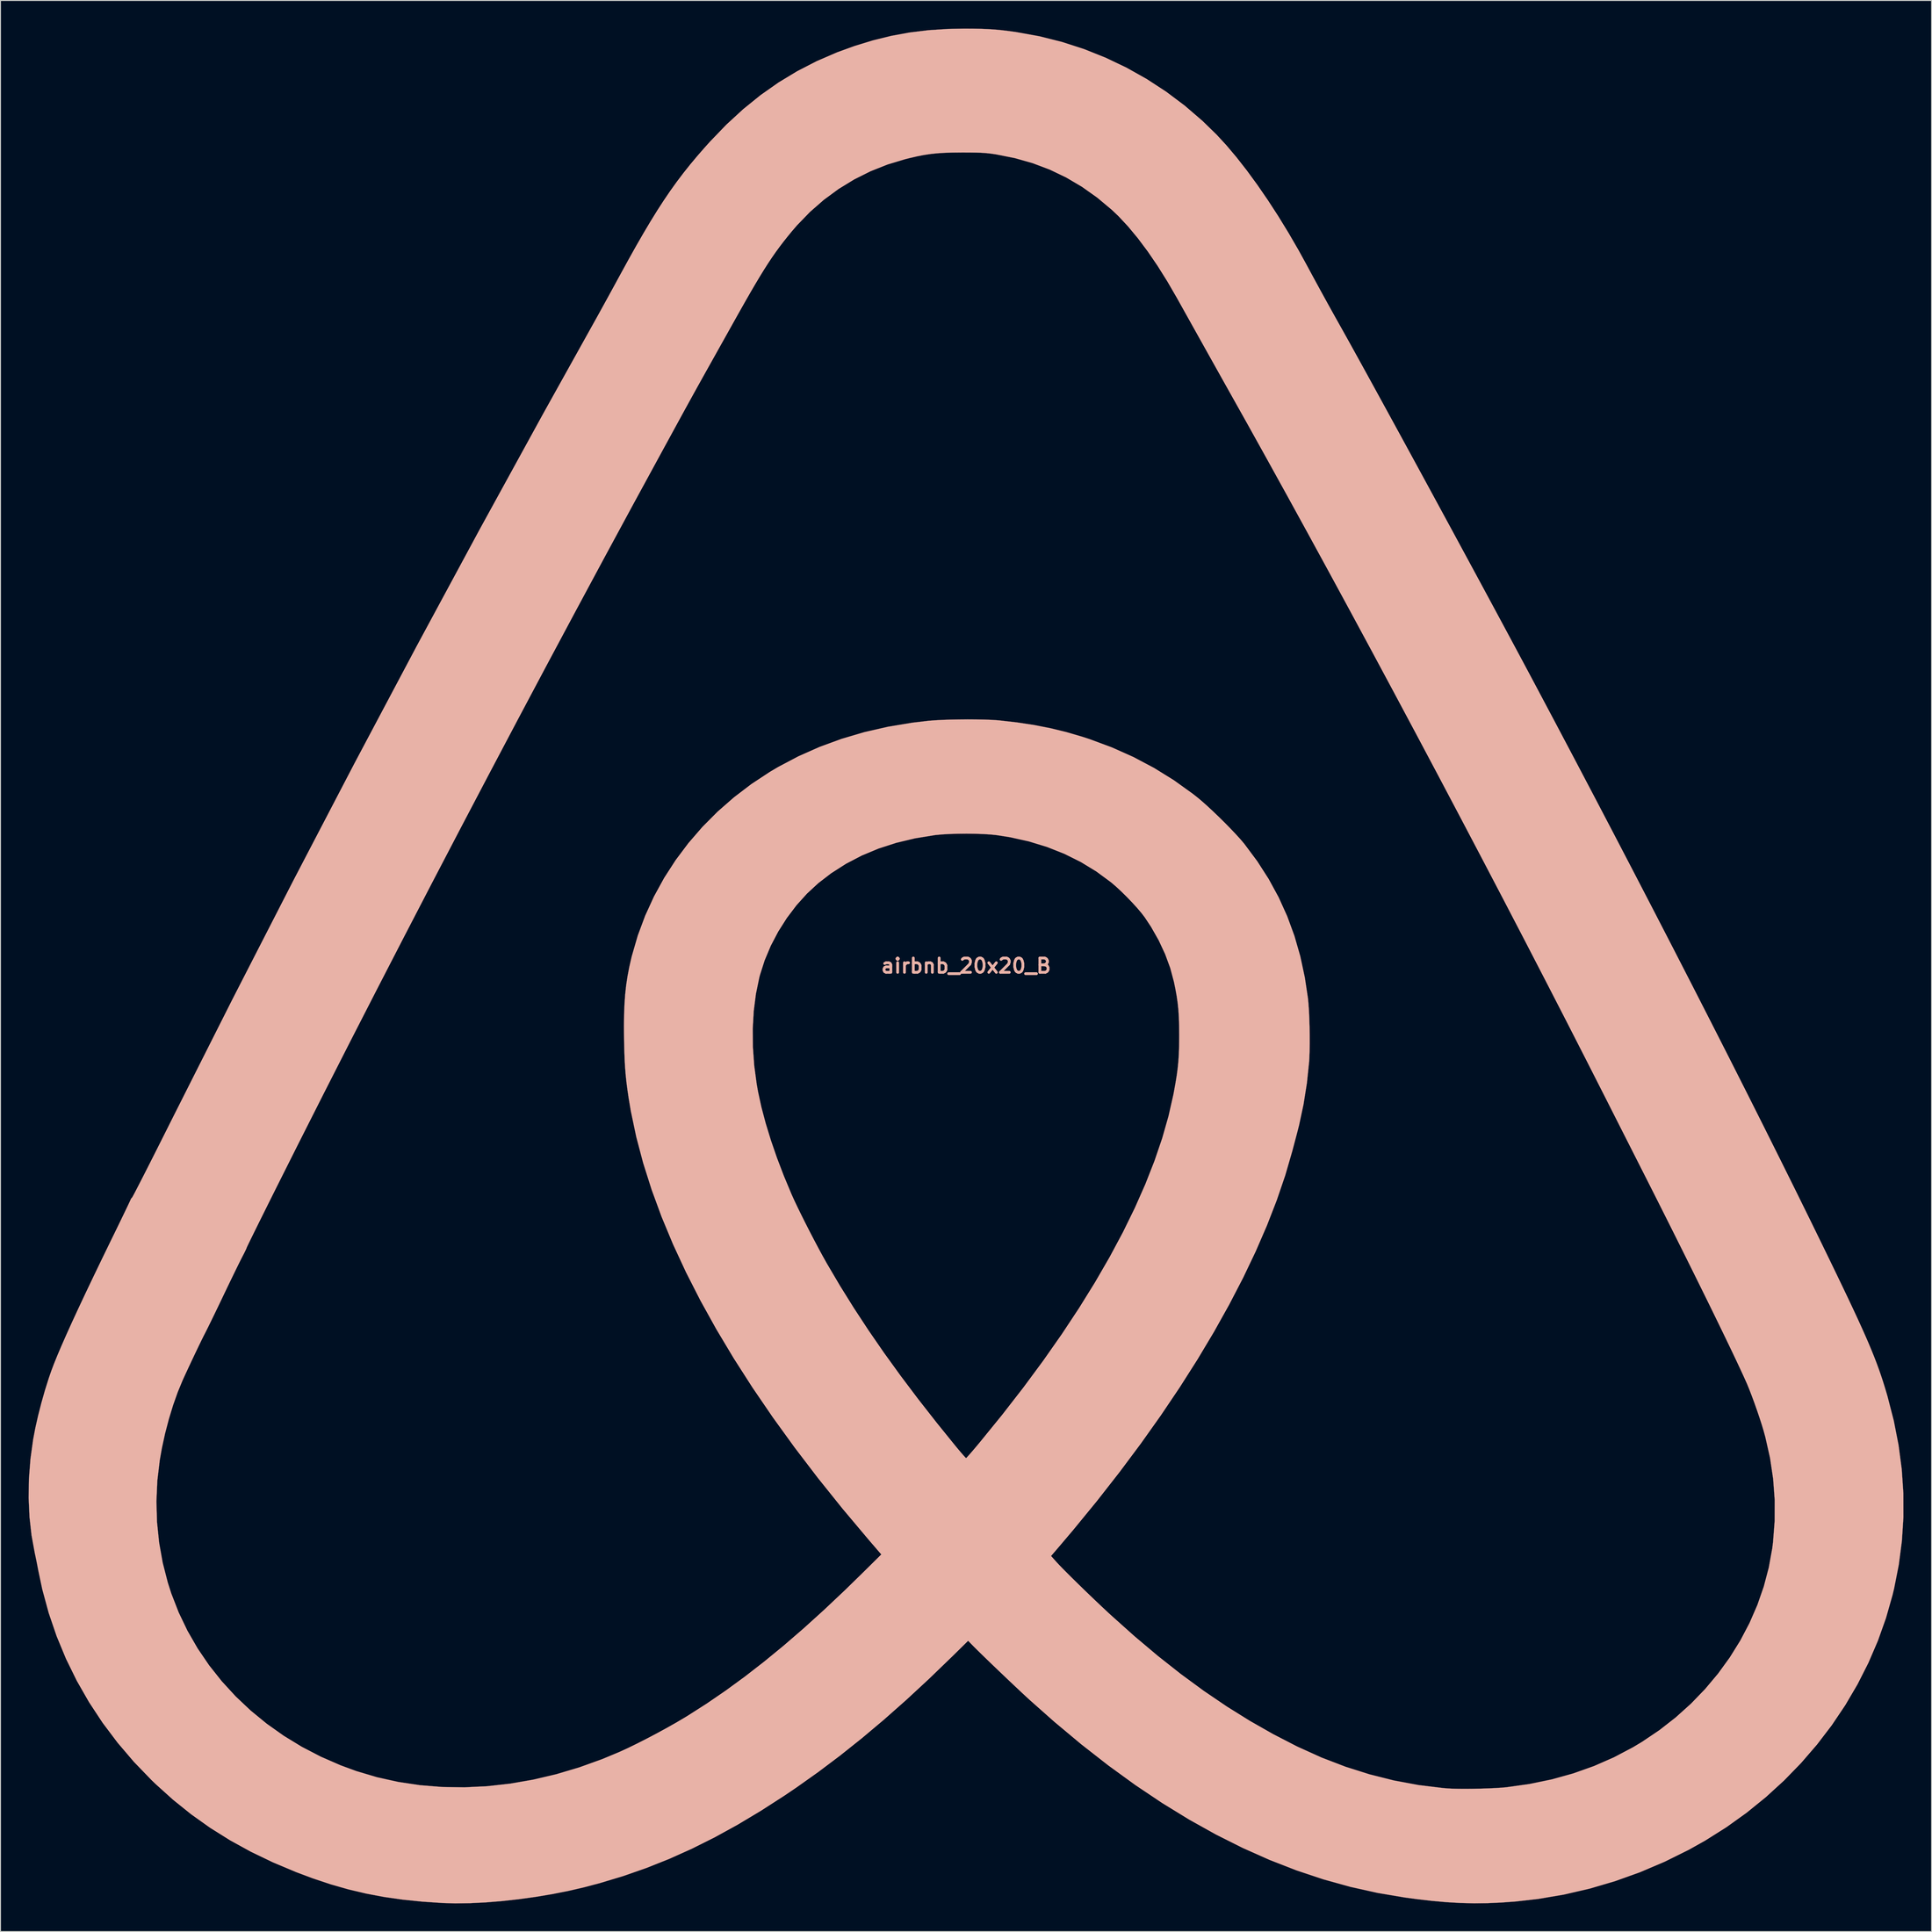
<source format=kicad_pcb>
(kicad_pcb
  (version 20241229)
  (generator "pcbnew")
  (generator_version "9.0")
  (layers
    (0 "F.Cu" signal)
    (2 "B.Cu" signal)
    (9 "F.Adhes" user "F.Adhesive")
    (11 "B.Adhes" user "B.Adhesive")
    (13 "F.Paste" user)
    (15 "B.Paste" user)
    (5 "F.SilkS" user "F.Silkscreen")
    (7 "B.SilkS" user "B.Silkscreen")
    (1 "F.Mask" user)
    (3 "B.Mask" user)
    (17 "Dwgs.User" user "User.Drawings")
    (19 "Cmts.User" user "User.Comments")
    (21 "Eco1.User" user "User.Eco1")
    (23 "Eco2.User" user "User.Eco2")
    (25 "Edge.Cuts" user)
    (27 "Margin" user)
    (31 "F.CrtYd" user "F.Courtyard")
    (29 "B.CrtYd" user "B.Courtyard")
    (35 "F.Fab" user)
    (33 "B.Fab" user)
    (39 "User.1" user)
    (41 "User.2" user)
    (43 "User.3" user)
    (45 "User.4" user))
  (footprint "airbnb_20x20_B"
    (layer "F.Cu")
    (at 99.964 99.943)
    (property "Reference" "airbnb_20x20_B" (at 0 0 0) (layer "B.SilkS") (effects (font (size 1.524 1.524) (thickness 0.3))))
    (attr through_hole)
    (fp_poly (pts (xy 0.76 -99.934) (xy 1.603 -99.918) (xy 2.359 -99.888) (xy 3.069 -99.841) (xy 3.775 -99.775) (xy 4.517 -99.687) (xy 5.336 -99.573) (xy 5.376 -99.567) (xy 7.822 -99.125) (xy 10.226 -98.521) (xy 12.58 -97.76) (xy 14.875 -96.844) (xy 17.105 -95.78) (xy 19.261 -94.569) (xy 21.334 -93.218) (xy 23.318 -91.729) (xy 25.204 -90.107) (xy 26.716 -88.635) (xy 27.759 -87.503) (xy 28.838 -86.224) (xy 29.942 -84.812) (xy 31.059 -83.284) (xy 32.18 -81.655) (xy 33.293 -79.941) (xy 34.387 -78.157) (xy 35.453 -76.319) (xy 36.24 -74.888) (xy 37.02 -73.445) (xy 37.802 -72.009) (xy 38.566 -70.62) (xy 39.29 -69.316) (xy 39.75 -68.495) (xy 40.203 -67.688) (xy 40.731 -66.741) (xy 41.327 -65.666) (xy 41.986 -64.472) (xy 42.704 -63.169) (xy 43.473 -61.769) (xy 44.289 -60.28) (xy 45.146 -58.714) (xy 46.039 -57.081) (xy 46.962 -55.39) (xy 47.909 -53.652) (xy 48.875 -51.877) (xy 49.854 -50.076) (xy 50.841 -48.258) (xy 51.831 -46.434) (xy 52.816 -44.614) (xy 53.793 -42.808) (xy 54.756 -41.027) (xy 55.698 -39.281) (xy 56.615 -37.58) (xy 57.501 -35.933) (xy 58.35 -34.353) (xy 59.157 -32.847) (xy 59.916 -31.428) (xy 60.602 -30.141) (xy 62.747 -26.101) (xy 64.891 -22.044) (xy 67.028 -17.982) (xy 69.152 -13.924) (xy 71.258 -9.882) (xy 73.34 -5.868) (xy 75.393 -1.891) (xy 77.41 2.035) (xy 79.386 5.902) (xy 81.316 9.697) (xy 83.193 13.409) (xy 85.012 17.028) (xy 86.767 20.543) (xy 88.454 23.942) (xy 90.065 27.214) (xy 91.268 29.676) (xy 92.065 31.314) (xy 92.79 32.812) (xy 93.448 34.18) (xy 94.044 35.428) (xy 94.581 36.567) (xy 95.065 37.607) (xy 95.5 38.56) (xy 95.891 39.435) (xy 96.242 40.243) (xy 96.557 40.995) (xy 96.842 41.701) (xy 97.101 42.372) (xy 97.338 43.018) (xy 97.558 43.65) (xy 97.765 44.278) (xy 97.964 44.913) (xy 98.16 45.566) (xy 98.254 45.889) (xy 98.93 48.506) (xy 99.438 51.104) (xy 99.779 53.685) (xy 99.951 56.249) (xy 99.956 58.801) (xy 99.793 61.341) (xy 99.462 63.873) (xy 98.964 66.396) (xy 98.795 67.098) (xy 98.094 69.559) (xy 97.235 71.97) (xy 96.223 74.323) (xy 95.063 76.612) (xy 93.76 78.831) (xy 92.32 80.973) (xy 90.747 83.032) (xy 89.047 85.002) (xy 87.226 86.875) (xy 85.287 88.645) (xy 83.237 90.307) (xy 81.08 91.853) (xy 78.823 93.276) (xy 77.06 94.263) (xy 74.489 95.536) (xy 71.865 96.652) (xy 69.196 97.608) (xy 66.489 98.404) (xy 63.75 99.037) (xy 60.988 99.505) (xy 58.589 99.775) (xy 57.06 99.886) (xy 55.592 99.951) (xy 54.153 99.966) (xy 52.71 99.931) (xy 51.229 99.845) (xy 49.677 99.707) (xy 48.022 99.515) (xy 46.778 99.347) (xy 43.878 98.858) (xy 40.99 98.214) (xy 38.111 97.414) (xy 35.239 96.457) (xy 32.373 95.341) (xy 29.509 94.066) (xy 26.648 92.631) (xy 23.785 91.034) (xy 20.92 89.275) (xy 18.05 87.352) (xy 15.174 85.264) (xy 12.289 83.011) (xy 9.393 80.591) (xy 6.794 78.286) (xy 6.375 77.9) (xy 5.872 77.432) (xy 5.307 76.901) (xy 4.698 76.326) (xy 4.065 75.725) (xy 3.428 75.117) (xy 2.807 74.522) (xy 2.221 73.956) (xy 1.689 73.441) (xy 1.232 72.993) (xy 0.869 72.632) (xy 0.725 72.486) (xy 0.222 71.971) (xy -1.519 73.685) (xy -3.982 76.062) (xy -6.393 78.294) (xy -8.764 80.39) (xy -11.108 82.361) (xy -13.437 84.218) (xy -15.765 85.97) (xy -18.103 87.628) (xy -19.358 88.478) (xy -21.89 90.108) (xy -24.369 91.591) (xy -26.811 92.934) (xy -29.234 94.144) (xy -31.652 95.23) (xy -34.083 96.198) (xy -36.542 97.057) (xy -39.046 97.812) (xy -40.713 98.254) (xy -42.382 98.641) (xy -44.124 98.985) (xy -45.91 99.284) (xy -47.709 99.533) (xy -49.495 99.73) (xy -51.238 99.871) (xy -52.909 99.953) (xy -54.48 99.974) (xy -55.795 99.936) (xy -58.005 99.786) (xy -60.085 99.573) (xy -62.068 99.289) (xy -63.983 98.927) (xy -65.861 98.483) (xy -67.733 97.948) (xy -69.629 97.317) (xy -71.416 96.648) (xy -73.904 95.602) (xy -76.255 94.471) (xy -78.482 93.246) (xy -80.6 91.919) (xy -82.623 90.479) (xy -84.564 88.919) (xy -86.438 87.23) (xy -86.857 86.826) (xy -88.735 84.879) (xy -90.472 82.842) (xy -92.068 80.721) (xy -93.518 78.519) (xy -94.821 76.242) (xy -95.974 73.895) (xy -96.974 71.481) (xy -97.819 69.007) (xy -98.506 66.476) (xy -98.929 64.474) (xy -99.025 63.971) (xy -99.129 63.442) (xy -99.23 62.955) (xy -99.304 62.611) (xy -99.648 60.735) (xy -99.867 58.77) (xy -99.942 57.106) (xy -86.336 57.106) (xy -86.272 59.311) (xy -86.048 61.499) (xy -85.664 63.656) (xy -85.121 65.77) (xy -84.749 66.929) (xy -83.959 68.958) (xy -83.02 70.914) (xy -81.937 72.793) (xy -80.716 74.588) (xy -79.363 76.293) (xy -77.884 77.904) (xy -76.285 79.414) (xy -74.572 80.817) (xy -72.751 82.108) (xy -70.827 83.282) (xy -68.807 84.331) (xy -66.697 85.252) (xy -65.024 85.866) (xy -62.814 86.524) (xy -60.547 87.026) (xy -58.231 87.372) (xy -55.873 87.563) (xy -53.48 87.599) (xy -51.06 87.48) (xy -48.62 87.208) (xy -46.166 86.783) (xy -43.707 86.205) (xy -41.249 85.474) (xy -38.8 84.593) (xy -36.949 83.821) (xy -36.075 83.42) (xy -35.098 82.944) (xy -34.055 82.414) (xy -32.984 81.85) (xy -31.922 81.271) (xy -30.907 80.697) (xy -29.977 80.148) (xy -29.676 79.964) (xy -27.655 78.673) (xy -25.633 77.289) (xy -23.6 75.805) (xy -21.548 74.213) (xy -19.466 72.506) (xy -17.346 70.676) (xy -15.178 68.715) (xy -12.951 66.615) (xy -11.185 64.892) (xy -9.034 62.766) (xy -10.38 61.201) (xy -13.166 57.888) (xy -15.797 54.609) (xy -18.274 51.364) (xy -20.596 48.154) (xy -22.763 44.981) (xy -24.773 41.845) (xy -26.627 38.748) (xy -28.323 35.69) (xy -29.861 32.673) (xy -31.241 29.698) (xy -32.462 26.765) (xy -33.523 23.877) (xy -34.425 21.033) (xy -35.165 18.235) (xy -35.744 15.484) (xy -35.977 14.097) (xy -36.107 13.212) (xy -36.212 12.395) (xy -36.294 11.61) (xy -36.358 10.816) (xy -36.405 9.976) (xy -36.439 9.051) (xy -36.463 8.003) (xy -36.466 7.789) (xy -36.475 6.702) (xy -22.747 6.702) (xy -22.73 8.65) (xy -22.589 10.631) (xy -22.322 12.624) (xy -22.181 13.422) (xy -21.827 15.051) (xy -21.367 16.785) (xy -20.81 18.601) (xy -20.163 20.478) (xy -19.432 22.392) (xy -18.625 24.323) (xy -18.58 24.426) (xy -18.302 25.039) (xy -17.955 25.769) (xy -17.555 26.586) (xy -17.117 27.461) (xy -16.657 28.364) (xy -16.188 29.264) (xy -15.728 30.133) (xy -15.29 30.94) (xy -14.89 31.655) (xy -14.835 31.752) (xy -13.443 34.114) (xy -11.972 36.475) (xy -10.414 38.85) (xy -8.759 41.25) (xy -6.997 43.689) (xy -5.12 46.181) (xy -3.118 48.738) (xy -1.159 51.16) (xy -0.825 51.563) (xy -0.525 51.917) (xy -0.277 52.202) (xy -0.098 52.4) (xy -0.004 52.49) (xy 0.003 52.493) (xy 0.074 52.431) (xy 0.236 52.255) (xy 0.476 51.983) (xy 0.779 51.632) (xy 1.128 51.219) (xy 1.461 50.821) (xy 3.855 47.878) (xy 6.114 44.97) (xy 8.235 42.1) (xy 10.218 39.269) (xy 12.061 36.482) (xy 13.762 33.739) (xy 15.32 31.045) (xy 16.735 28.401) (xy 18.003 25.811) (xy 19.124 23.276) (xy 20.097 20.799) (xy 20.92 18.383) (xy 21.591 16.031) (xy 22.109 13.745) (xy 22.173 13.408) (xy 22.342 12.468) (xy 22.475 11.645) (xy 22.574 10.893) (xy 22.645 10.167) (xy 22.692 9.421) (xy 22.719 8.612) (xy 22.729 7.693) (xy 22.73 7.366) (xy 22.722 6.373) (xy 22.696 5.506) (xy 22.648 4.723) (xy 22.572 3.981) (xy 22.466 3.238) (xy 22.324 2.451) (xy 22.171 1.708) (xy 21.778 0.236) (xy 21.231 -1.251) (xy 20.542 -2.729) (xy 19.722 -4.172) (xy 19.05 -5.184) (xy 18.699 -5.642) (xy 18.246 -6.176) (xy 17.72 -6.753) (xy 17.153 -7.343) (xy 16.573 -7.916) (xy 16.01 -8.439) (xy 15.495 -8.881) (xy 15.452 -8.917) (xy 13.895 -10.063) (xy 12.24 -11.072) (xy 10.489 -11.943) (xy 8.645 -12.674) (xy 6.711 -13.266) (xy 4.689 -13.716) (xy 3.26 -13.941) (xy 2.611 -14.007) (xy 1.835 -14.055) (xy 0.972 -14.084) (xy 0.062 -14.095) (xy -0.855 -14.087) (xy -1.737 -14.061) (xy -2.546 -14.016) (xy -3.239 -13.952) (xy -3.344 -13.939) (xy -5.44 -13.598) (xy -7.434 -13.121) (xy -9.327 -12.51) (xy -11.117 -11.764) (xy -12.805 -10.884) (xy -14.39 -9.87) (xy -15.758 -8.817) (xy -16.962 -7.704) (xy -18.084 -6.459) (xy -19.11 -5.102) (xy -20.027 -3.657) (xy -20.82 -2.146) (xy -21.475 -0.59) (xy -21.98 0.989) (xy -22.051 1.263) (xy -22.407 2.988) (xy -22.639 4.808) (xy -22.747 6.702) (xy -36.475 6.702) (xy -36.477 6.417) (xy -36.463 5.184) (xy -36.419 4.062) (xy -36.345 3.024) (xy -36.237 2.042) (xy -36.092 1.086) (xy -35.908 0.129) (xy -35.683 -0.857) (xy -35.633 -1.058) (xy -35.001 -3.233) (xy -34.213 -5.348) (xy -33.274 -7.398) (xy -32.189 -9.377) (xy -30.962 -11.277) (xy -29.599 -13.093) (xy -28.105 -14.819) (xy -26.485 -16.447) (xy -24.743 -17.971) (xy -22.885 -19.386) (xy -20.915 -20.684) (xy -20.031 -21.207) (xy -17.871 -22.346) (xy -15.617 -23.345) (xy -13.273 -24.204) (xy -10.841 -24.922) (xy -8.325 -25.496) (xy -5.73 -25.927) (xy -3.979 -26.132) (xy -3.327 -26.183) (xy -2.552 -26.224) (xy -1.69 -26.254) (xy -0.777 -26.272) (xy 0.153 -26.279) (xy 1.065 -26.275) (xy 1.924 -26.259) (xy 2.695 -26.23) (xy 3.343 -26.19) (xy 3.514 -26.175) (xy 5.455 -25.954) (xy 7.274 -25.678) (xy 9.01 -25.337) (xy 10.704 -24.924) (xy 12.396 -24.429) (xy 13.17 -24.177) (xy 15.561 -23.289) (xy 17.853 -22.265) (xy 20.05 -21.101) (xy 22.154 -19.798) (xy 24.168 -18.352) (xy 24.638 -17.984) (xy 25.129 -17.575) (xy 25.697 -17.07) (xy 26.316 -16.496) (xy 26.962 -15.877) (xy 27.607 -15.239) (xy 28.227 -14.607) (xy 28.795 -14.007) (xy 29.287 -13.464) (xy 29.675 -13.005) (xy 29.685 -12.991) (xy 31.055 -11.152) (xy 32.27 -9.26) (xy 33.333 -7.309) (xy 34.247 -5.29) (xy 35.015 -3.197) (xy 35.641 -1.022) (xy 36.126 1.243) (xy 36.455 3.429) (xy 36.515 4.042) (xy 36.565 4.786) (xy 36.603 5.622) (xy 36.63 6.513) (xy 36.645 7.421) (xy 36.646 8.306) (xy 36.633 9.132) (xy 36.606 9.859) (xy 36.584 10.218) (xy 36.348 12.495) (xy 35.988 14.769) (xy 35.514 16.984) (xy 35.333 17.695) (xy 35.194 18.223) (xy 35.042 18.796) (xy 34.897 19.345) (xy 34.784 19.77) (xy 34.035 22.347) (xy 33.133 24.99) (xy 32.083 27.693) (xy 30.886 30.452) (xy 29.545 33.263) (xy 28.062 36.121) (xy 26.441 39.022) (xy 24.685 41.961) (xy 22.794 44.933) (xy 20.773 47.935) (xy 18.624 50.962) (xy 16.35 54.008) (xy 13.953 57.071) (xy 11.435 60.145) (xy 9.964 61.882) (xy 9.065 62.93) (xy 9.627 63.558) (xy 9.904 63.857) (xy 10.288 64.254) (xy 10.762 64.732) (xy 11.306 65.274) (xy 11.906 65.864) (xy 12.541 66.483) (xy 13.196 67.115) (xy 13.853 67.743) (xy 14.494 68.35) (xy 15.102 68.919) (xy 15.448 69.238) (xy 17.964 71.489) (xy 20.449 73.582) (xy 22.912 75.525) (xy 25.363 77.323) (xy 27.811 78.984) (xy 30.265 80.514) (xy 32.736 81.92) (xy 35.232 83.209) (xy 35.385 83.283) (xy 37.907 84.424) (xy 40.459 85.403) (xy 43.036 86.219) (xy 45.632 86.871) (xy 48.242 87.357) (xy 50.861 87.675) (xy 51.35 87.716) (xy 51.865 87.743) (xy 52.512 87.758) (xy 53.255 87.762) (xy 54.055 87.756) (xy 54.878 87.739) (xy 55.685 87.713) (xy 56.44 87.679) (xy 57.106 87.637) (xy 57.616 87.592) (xy 60.079 87.246) (xy 62.457 86.755) (xy 64.75 86.117) (xy 66.96 85.332) (xy 69.086 84.401) (xy 71.13 83.323) (xy 72.099 82.742) (xy 73.942 81.5) (xy 75.678 80.145) (xy 77.302 78.684) (xy 78.808 77.125) (xy 80.191 75.477) (xy 81.445 73.748) (xy 82.566 71.946) (xy 83.547 70.079) (xy 84.384 68.156) (xy 85.07 66.185) (xy 85.601 64.174) (xy 85.971 62.131) (xy 86.055 61.468) (xy 86.228 59.203) (xy 86.233 56.948) (xy 86.068 54.704) (xy 85.735 52.467) (xy 85.232 50.238) (xy 85.048 49.569) (xy 84.852 48.919) (xy 84.612 48.179) (xy 84.345 47.391) (xy 84.063 46.594) (xy 83.781 45.831) (xy 83.515 45.142) (xy 83.278 44.566) (xy 83.237 44.474) (xy 82.931 43.793) (xy 82.551 42.969) (xy 82.102 42.012) (xy 81.587 40.929) (xy 81.01 39.729) (xy 80.376 38.419) (xy 79.689 37.009) (xy 78.952 35.506) (xy 78.169 33.919) (xy 77.346 32.256) (xy 76.485 30.525) (xy 75.591 28.734) (xy 74.668 26.892) (xy 73.72 25.007) (xy 72.751 23.087) (xy 71.765 21.141) (xy 71.714 21.04) (xy 71.348 20.318) (xy 70.923 19.479) (xy 70.455 18.556) (xy 69.962 17.584) (xy 69.461 16.594) (xy 68.968 15.622) (xy 68.502 14.701) (xy 68.282 14.266) (xy 66.191 10.15) (xy 64.042 5.945) (xy 61.841 1.668) (xy 59.598 -2.669) (xy 57.318 -7.05) (xy 55.01 -11.461) (xy 52.681 -15.889) (xy 50.34 -20.319) (xy 47.992 -24.737) (xy 45.647 -29.128) (xy 43.312 -33.479) (xy 40.993 -37.775) (xy 38.7 -42.001) (xy 36.438 -46.145) (xy 34.217 -50.19) (xy 32.043 -54.124) (xy 29.925 -57.932) (xy 27.919 -61.51) (xy 27.782 -61.753) (xy 27.573 -62.127) (xy 27.301 -62.612) (xy 26.976 -63.193) (xy 26.608 -63.851) (xy 26.206 -64.569) (xy 25.781 -65.329) (xy 25.342 -66.114) (xy 24.9 -66.905) (xy 24.464 -67.685) (xy 24.043 -68.438) (xy 23.649 -69.144) (xy 23.29 -69.786) (xy 22.976 -70.348) (xy 22.718 -70.81) (xy 22.525 -71.156) (xy 22.512 -71.181) (xy 21.474 -72.973) (xy 20.427 -74.643) (xy 19.376 -76.183) (xy 18.327 -77.584) (xy 17.286 -78.839) (xy 16.259 -79.94) (xy 15.545 -80.62) (xy 13.981 -81.927) (xy 12.36 -83.075) (xy 10.677 -84.067) (xy 8.927 -84.906) (xy 7.102 -85.594) (xy 5.199 -86.134) (xy 3.21 -86.529) (xy 3.124 -86.542) (xy 2.717 -86.602) (xy 2.339 -86.648) (xy 1.958 -86.682) (xy 1.543 -86.706) (xy 1.061 -86.721) (xy 0.482 -86.729) (xy -0.228 -86.732) (xy -0.423 -86.732) (xy -1.424 -86.724) (xy -2.296 -86.697) (xy -3.077 -86.647) (xy -3.808 -86.569) (xy -4.527 -86.459) (xy -5.275 -86.311) (xy -6.089 -86.121) (xy -6.473 -86.025) (xy -8.358 -85.458) (xy -10.175 -84.737) (xy -11.919 -83.866) (xy -13.582 -82.85) (xy -15.158 -81.692) (xy -16.64 -80.398) (xy -18.021 -78.971) (xy -18.584 -78.317) (xy -19.043 -77.755) (xy -19.475 -77.211) (xy -19.888 -76.67) (xy -20.291 -76.118) (xy -20.693 -75.541) (xy -21.103 -74.925) (xy -21.53 -74.257) (xy -21.983 -73.521) (xy -22.471 -72.705) (xy -23.003 -71.794) (xy -23.587 -70.774) (xy -24.233 -69.631) (xy -24.893 -68.453) (xy -25.315 -67.698) (xy -25.783 -66.861) (xy -26.273 -65.986) (xy -26.758 -65.118) (xy -27.215 -64.301) (xy -27.619 -63.58) (xy -27.688 -63.458) (xy -28.098 -62.723) (xy -28.559 -61.895) (xy -29.042 -61.023) (xy -29.52 -60.157) (xy -29.965 -59.348) (xy -30.288 -58.759) (xy -30.666 -58.066) (xy -31.077 -57.314) (xy -31.496 -56.546) (xy -31.901 -55.804) (xy -32.27 -55.13) (xy -32.553 -54.61) (xy -35.576 -49.06) (xy -38.623 -43.429) (xy -41.685 -37.733) (xy -44.755 -31.991) (xy -47.822 -26.219) (xy -50.877 -20.435) (xy -53.912 -14.657) (xy -56.918 -8.901) (xy -59.884 -3.185) (xy -62.803 2.474) (xy -65.665 8.058) (xy -68.461 13.551) (xy -71.182 18.934) (xy -73.523 23.599) (xy -74.007 24.569) (xy -74.469 25.495) (xy -74.903 26.368) (xy -75.304 27.174) (xy -75.665 27.905) (xy -75.982 28.547) (xy -76.249 29.09) (xy -76.46 29.522) (xy -76.61 29.833) (xy -76.693 30.011) (xy -76.708 30.05) (xy -76.746 30.154) (xy -76.848 30.373) (xy -76.998 30.676) (xy -77.169 31.004) (xy -77.306 31.272) (xy -77.506 31.671) (xy -77.756 32.179) (xy -78.048 32.776) (xy -78.37 33.44) (xy -78.712 34.148) (xy -79.063 34.88) (xy -79.206 35.179) (xy -79.554 35.907) (xy -79.894 36.614) (xy -80.215 37.279) (xy -80.509 37.882) (xy -80.764 38.403) (xy -80.971 38.82) (xy -81.12 39.115) (xy -81.165 39.201) (xy -81.303 39.468) (xy -81.498 39.863) (xy -81.739 40.358) (xy -82.013 40.926) (xy -82.306 41.541) (xy -82.606 42.176) (xy -82.9 42.803) (xy -83.176 43.397) (xy -83.421 43.929) (xy -83.542 44.196) (xy -84.065 45.459) (xy -84.558 46.851) (xy -85.01 48.333) (xy -85.411 49.864) (xy -85.748 51.406) (xy -85.976 52.696) (xy -86.238 54.896) (xy -86.336 57.106) (xy -99.942 57.106) (xy -99.959 56.738) (xy -99.925 54.665) (xy -99.763 52.573) (xy -99.478 50.505) (xy -99.246 49.287) (xy -98.949 47.971) (xy -98.601 46.61) (xy -98.217 45.258) (xy -97.81 43.967) (xy -97.545 43.201) (xy -97.262 42.451) (xy -96.9 41.559) (xy -96.461 40.526) (xy -95.943 39.35) (xy -95.346 38.029) (xy -94.669 36.565) (xy -93.913 34.955) (xy -93.076 33.199) (xy -92.159 31.296) (xy -91.162 29.245) (xy -91.111 29.141) (xy -90.728 28.358) (xy -90.369 27.62) (xy -90.04 26.941) (xy -89.748 26.336) (xy -89.499 25.819) (xy -89.301 25.403) (xy -89.16 25.102) (xy -89.082 24.931) (xy -89.069 24.897) (xy -89.011 24.793) (xy -88.934 24.715) (xy -88.878 24.626) (xy -88.752 24.395) (xy -88.561 24.032) (xy -88.31 23.547) (xy -88.003 22.95) (xy -87.646 22.252) (xy -87.244 21.461) (xy -86.802 20.588) (xy -86.325 19.644) (xy -85.818 18.636) (xy -85.286 17.577) (xy -84.734 16.475) (xy -84.69 16.387) (xy -78.236 3.586) (xy -71.743 -9.075) (xy -65.196 -21.627) (xy -58.578 -34.097) (xy -51.875 -46.516) (xy -45.072 -58.911) (xy -39.71 -68.538) (xy -39.447 -69.009) (xy -39.119 -69.601) (xy -38.741 -70.288) (xy -38.327 -71.04) (xy -37.893 -71.832) (xy -37.454 -72.635) (xy -37.026 -73.422) (xy -36.896 -73.66) (xy -36.004 -75.287) (xy -35.171 -76.775) (xy -34.386 -78.138) (xy -33.64 -79.392) (xy -32.923 -80.551) (xy -32.224 -81.63) (xy -31.534 -82.645) (xy -30.842 -83.61) (xy -30.137 -84.541) (xy -29.411 -85.452) (xy -28.653 -86.359) (xy -27.852 -87.276) (xy -27.297 -87.893) (xy -25.555 -89.702) (xy -23.761 -91.352) (xy -21.909 -92.85) (xy -19.99 -94.199) (xy -17.995 -95.405) (xy -15.918 -96.474) (xy -13.751 -97.411) (xy -11.905 -98.082) (xy -9.926 -98.688) (xy -7.973 -99.168) (xy -6.01 -99.528) (xy -4.005 -99.772) (xy -1.924 -99.906) (xy -0.212 -99.938) (xy 0.76 -99.934)) (stroke (width 0.01) (type solid)) (fill yes) (layer "B.SilkS")))
  (gr_rect
    (start -3 -3)
    (end 202.925 202.922)
    (stroke (width 0.1) (type default))
    (fill no)
    (layer "Edge.Cuts")))
</source>
